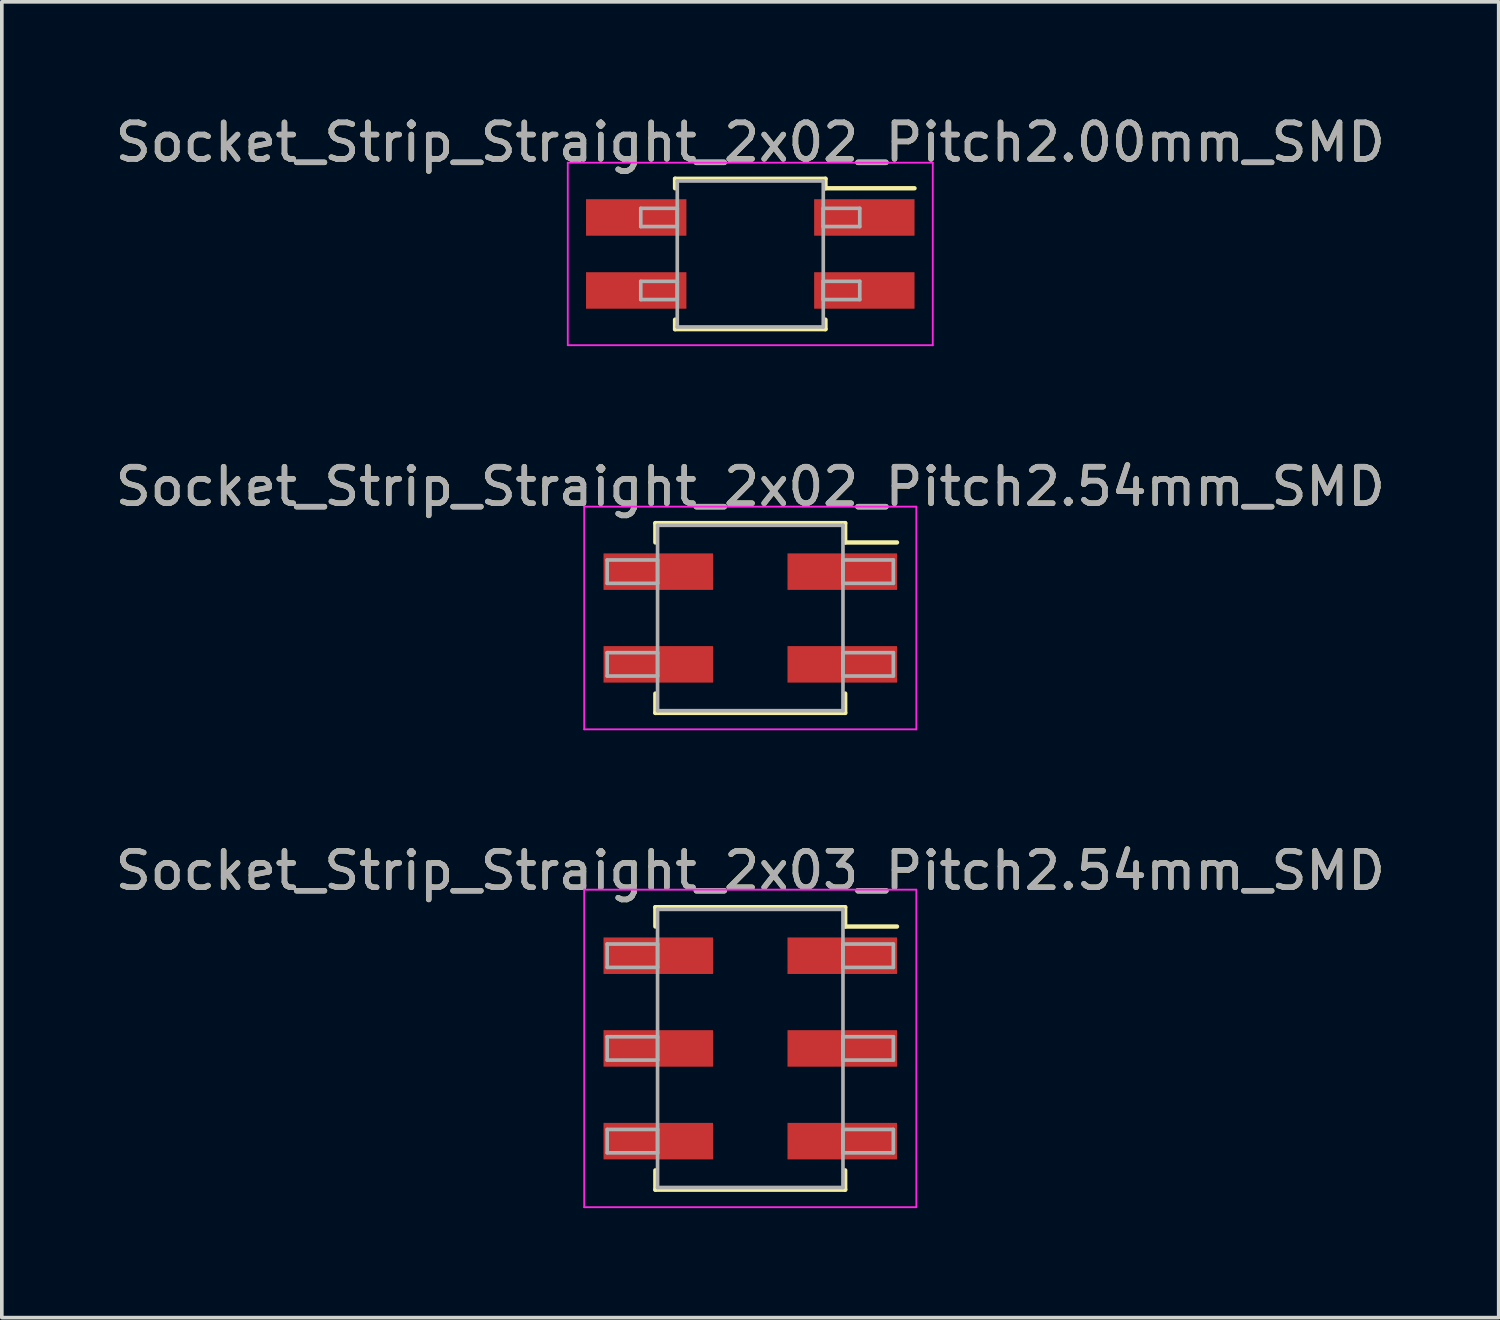
<source format=kicad_pcb>
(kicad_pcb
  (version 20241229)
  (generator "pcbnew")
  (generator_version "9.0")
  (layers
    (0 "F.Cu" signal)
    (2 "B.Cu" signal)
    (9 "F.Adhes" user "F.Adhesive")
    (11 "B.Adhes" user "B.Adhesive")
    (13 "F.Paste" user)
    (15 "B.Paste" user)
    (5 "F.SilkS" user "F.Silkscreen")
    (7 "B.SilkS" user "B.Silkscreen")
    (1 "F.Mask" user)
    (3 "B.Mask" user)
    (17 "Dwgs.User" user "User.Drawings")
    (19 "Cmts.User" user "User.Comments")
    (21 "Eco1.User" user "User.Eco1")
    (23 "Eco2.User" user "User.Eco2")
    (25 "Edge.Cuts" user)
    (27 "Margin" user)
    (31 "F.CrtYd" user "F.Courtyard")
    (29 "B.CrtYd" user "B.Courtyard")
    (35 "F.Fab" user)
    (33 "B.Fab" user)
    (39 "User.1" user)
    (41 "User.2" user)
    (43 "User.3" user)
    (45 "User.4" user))
  (footprint "Socket_Strip_Straight_2x02_Pitch2.00mm_SMD"
    (layer "F.Cu")
    (at 17.506 3.908)
    (property "Reference" "Socket_Strip_Straight_2x02_Pitch2.00mm_SMD" (at 0 -3.06 0) (layer "F.SilkS") (effects (font (size 1 1) (thickness 0.15))))
    (attr smd)
    (fp_line (start -2.06 -2.06) (end 2.06 -2.06) (stroke (width 0.12) (type solid)) (layer "F.SilkS"))
    (fp_line (start -2.06 -1.8) (end -2.06 -2.06) (stroke (width 0.12) (type solid)) (layer "F.SilkS"))
    (fp_line (start -2.06 1.8) (end -2.06 2.06) (stroke (width 0.12) (type solid)) (layer "F.SilkS"))
    (fp_line (start -2.06 2.06) (end 2.06 2.06) (stroke (width 0.12) (type solid)) (layer "F.SilkS"))
    (fp_line (start 2.06 -2.06) (end 2.06 -1.8) (stroke (width 0.12) (type solid)) (layer "F.SilkS"))
    (fp_line (start 2.06 2.06) (end 2.06 1.8) (stroke (width 0.12) (type solid)) (layer "F.SilkS"))
    (fp_line (start 4.5 -1.8) (end 2.06 -1.8) (stroke (width 0.12) (type solid)) (layer "F.SilkS"))
    (fp_line (start -5 -2.5) (end -5 2.5) (stroke (width 0.05) (type solid)) (layer "F.CrtYd"))
    (fp_line (start -5 2.5) (end 5 2.5) (stroke (width 0.05) (type solid)) (layer "F.CrtYd"))
    (fp_line (start 5 -2.5) (end -5 -2.5) (stroke (width 0.05) (type solid)) (layer "F.CrtYd"))
    (fp_line (start 5 2.5) (end 5 -2.5) (stroke (width 0.05) (type solid)) (layer "F.CrtYd"))
    (fp_line (start -3 -1.25) (end -2 -1.25) (stroke (width 0.1) (type solid)) (layer "F.Fab"))
    (fp_line (start -3 -0.75) (end -3 -1.25) (stroke (width 0.1) (type solid)) (layer "F.Fab"))
    (fp_line (start -3 0.75) (end -2 0.75) (stroke (width 0.1) (type solid)) (layer "F.Fab"))
    (fp_line (start -3 1.25) (end -3 0.75) (stroke (width 0.1) (type solid)) (layer "F.Fab"))
    (fp_line (start -2 -2) (end -2 2) (stroke (width 0.1) (type solid)) (layer "F.Fab"))
    (fp_line (start -2 -1.25) (end -2 -0.75) (stroke (width 0.1) (type solid)) (layer "F.Fab"))
    (fp_line (start -2 -0.75) (end -3 -0.75) (stroke (width 0.1) (type solid)) (layer "F.Fab"))
    (fp_line (start -2 0.75) (end -2 1.25) (stroke (width 0.1) (type solid)) (layer "F.Fab"))
    (fp_line (start -2 1.25) (end -3 1.25) (stroke (width 0.1) (type solid)) (layer "F.Fab"))
    (fp_line (start -2 2) (end 2 2) (stroke (width 0.1) (type solid)) (layer "F.Fab"))
    (fp_line (start 2 -2) (end -2 -2) (stroke (width 0.1) (type solid)) (layer "F.Fab"))
    (fp_line (start 2 -1.25) (end 2 -0.75) (stroke (width 0.1) (type solid)) (layer "F.Fab"))
    (fp_line (start 2 -0.75) (end 3 -0.75) (stroke (width 0.1) (type solid)) (layer "F.Fab"))
    (fp_line (start 2 0.75) (end 2 1.25) (stroke (width 0.1) (type solid)) (layer "F.Fab"))
    (fp_line (start 2 1.25) (end 3 1.25) (stroke (width 0.1) (type solid)) (layer "F.Fab"))
    (fp_line (start 2 2) (end 2 -2) (stroke (width 0.1) (type solid)) (layer "F.Fab"))
    (fp_line (start 3 -1.25) (end 2 -1.25) (stroke (width 0.1) (type solid)) (layer "F.Fab"))
    (fp_line (start 3 -0.75) (end 3 -1.25) (stroke (width 0.1) (type solid)) (layer "F.Fab"))
    (fp_line (start 3 0.75) (end 2 0.75) (stroke (width 0.1) (type solid)) (layer "F.Fab"))
    (fp_line (start 3 1.25) (end 3 0.75) (stroke (width 0.1) (type solid)) (layer "F.Fab"))
    (fp_text user "${REFERENCE}" (at 0 -3.06 0) (layer "F.Fab") (effects (font (size 1 1) (thickness 0.15))))
    (pad "1" smd rect (at 3.125 -1) (size 2.75 1) (layers "F.Cu" "F.Mask" "F.Paste"))
    (pad "2" smd rect (at -3.125 -1) (size 2.75 1) (layers "F.Cu" "F.Mask" "F.Paste"))
    (pad "3" smd rect (at 3.125 1) (size 2.75 1) (layers "F.Cu" "F.Mask" "F.Paste"))
    (pad "4" smd rect (at -3.125 1) (size 2.75 1) (layers "F.Cu" "F.Mask" "F.Paste")))
  (footprint "Socket_Strip_Straight_2x02_Pitch2.54mm_SMD"
    (layer "F.Cu")
    (at 17.506 13.882)
    (property "Reference" "Socket_Strip_Straight_2x02_Pitch2.54mm_SMD" (at 0 -3.6 0) (layer "F.SilkS") (effects (font (size 1 1) (thickness 0.15))))
    (attr smd)
    (fp_line (start -2.6 -2.6) (end 2.6 -2.6) (stroke (width 0.12) (type solid)) (layer "F.SilkS"))
    (fp_line (start -2.6 -2.07) (end -2.6 -2.6) (stroke (width 0.12) (type solid)) (layer "F.SilkS"))
    (fp_line (start -2.6 2.07) (end -2.6 2.6) (stroke (width 0.12) (type solid)) (layer "F.SilkS"))
    (fp_line (start -2.6 2.6) (end 2.6 2.6) (stroke (width 0.12) (type solid)) (layer "F.SilkS"))
    (fp_line (start 2.6 -2.6) (end 2.6 -2.07) (stroke (width 0.12) (type solid)) (layer "F.SilkS"))
    (fp_line (start 2.6 2.6) (end 2.6 2.07) (stroke (width 0.12) (type solid)) (layer "F.SilkS"))
    (fp_line (start 4.02 -2.07) (end 2.6 -2.07) (stroke (width 0.12) (type solid)) (layer "F.SilkS"))
    (fp_line (start -4.55 -3.05) (end -4.55 3.05) (stroke (width 0.05) (type solid)) (layer "F.CrtYd"))
    (fp_line (start -4.55 3.05) (end 4.55 3.05) (stroke (width 0.05) (type solid)) (layer "F.CrtYd"))
    (fp_line (start 4.55 -3.05) (end -4.55 -3.05) (stroke (width 0.05) (type solid)) (layer "F.CrtYd"))
    (fp_line (start 4.55 3.05) (end 4.55 -3.05) (stroke (width 0.05) (type solid)) (layer "F.CrtYd"))
    (fp_line (start -3.92 -1.59) (end -2.54 -1.59) (stroke (width 0.1) (type solid)) (layer "F.Fab"))
    (fp_line (start -3.92 -0.95) (end -3.92 -1.59) (stroke (width 0.1) (type solid)) (layer "F.Fab"))
    (fp_line (start -3.92 0.95) (end -2.54 0.95) (stroke (width 0.1) (type solid)) (layer "F.Fab"))
    (fp_line (start -3.92 1.59) (end -3.92 0.95) (stroke (width 0.1) (type solid)) (layer "F.Fab"))
    (fp_line (start -2.54 -2.54) (end -2.54 2.54) (stroke (width 0.1) (type solid)) (layer "F.Fab"))
    (fp_line (start -2.54 -1.59) (end -2.54 -0.95) (stroke (width 0.1) (type solid)) (layer "F.Fab"))
    (fp_line (start -2.54 -0.95) (end -3.92 -0.95) (stroke (width 0.1) (type solid)) (layer "F.Fab"))
    (fp_line (start -2.54 0.95) (end -2.54 1.59) (stroke (width 0.1) (type solid)) (layer "F.Fab"))
    (fp_line (start -2.54 1.59) (end -3.92 1.59) (stroke (width 0.1) (type solid)) (layer "F.Fab"))
    (fp_line (start -2.54 2.54) (end 2.54 2.54) (stroke (width 0.1) (type solid)) (layer "F.Fab"))
    (fp_line (start 2.54 -2.54) (end -2.54 -2.54) (stroke (width 0.1) (type solid)) (layer "F.Fab"))
    (fp_line (start 2.54 -1.59) (end 2.54 -0.95) (stroke (width 0.1) (type solid)) (layer "F.Fab"))
    (fp_line (start 2.54 -0.95) (end 3.92 -0.95) (stroke (width 0.1) (type solid)) (layer "F.Fab"))
    (fp_line (start 2.54 0.95) (end 2.54 1.59) (stroke (width 0.1) (type solid)) (layer "F.Fab"))
    (fp_line (start 2.54 1.59) (end 3.92 1.59) (stroke (width 0.1) (type solid)) (layer "F.Fab"))
    (fp_line (start 2.54 2.54) (end 2.54 -2.54) (stroke (width 0.1) (type solid)) (layer "F.Fab"))
    (fp_line (start 3.92 -1.59) (end 2.54 -1.59) (stroke (width 0.1) (type solid)) (layer "F.Fab"))
    (fp_line (start 3.92 -0.95) (end 3.92 -1.59) (stroke (width 0.1) (type solid)) (layer "F.Fab"))
    (fp_line (start 3.92 0.95) (end 2.54 0.95) (stroke (width 0.1) (type solid)) (layer "F.Fab"))
    (fp_line (start 3.92 1.59) (end 3.92 0.95) (stroke (width 0.1) (type solid)) (layer "F.Fab"))
    (fp_text user "${REFERENCE}" (at 0 -3.6 0) (layer "F.Fab") (effects (font (size 1 1) (thickness 0.15))))
    (pad "1" smd rect (at 2.52 -1.27) (size 3 1) (layers "F.Cu" "F.Mask" "F.Paste"))
    (pad "2" smd rect (at -2.52 -1.27) (size 3 1) (layers "F.Cu" "F.Mask" "F.Paste"))
    (pad "3" smd rect (at 2.52 1.27) (size 3 1) (layers "F.Cu" "F.Mask" "F.Paste"))
    (pad "4" smd rect (at -2.52 1.27) (size 3 1) (layers "F.Cu" "F.Mask" "F.Paste")))
  (footprint "Socket_Strip_Straight_2x03_Pitch2.54mm_SMD"
    (layer "F.Cu")
    (at 17.506 25.675)
    (property "Reference" "Socket_Strip_Straight_2x03_Pitch2.54mm_SMD" (at 0 -4.87 0) (layer "F.SilkS") (effects (font (size 1 1) (thickness 0.15))))
    (attr smd)
    (fp_line (start -2.6 -3.87) (end 2.6 -3.87) (stroke (width 0.12) (type solid)) (layer "F.SilkS"))
    (fp_line (start -2.6 -3.34) (end -2.6 -3.87) (stroke (width 0.12) (type solid)) (layer "F.SilkS"))
    (fp_line (start -2.6 3.34) (end -2.6 3.87) (stroke (width 0.12) (type solid)) (layer "F.SilkS"))
    (fp_line (start -2.6 3.87) (end 2.6 3.87) (stroke (width 0.12) (type solid)) (layer "F.SilkS"))
    (fp_line (start 2.6 -3.87) (end 2.6 -3.34) (stroke (width 0.12) (type solid)) (layer "F.SilkS"))
    (fp_line (start 2.6 3.87) (end 2.6 3.34) (stroke (width 0.12) (type solid)) (layer "F.SilkS"))
    (fp_line (start 4.02 -3.34) (end 2.6 -3.34) (stroke (width 0.12) (type solid)) (layer "F.SilkS"))
    (fp_line (start -4.55 -4.35) (end -4.55 4.35) (stroke (width 0.05) (type solid)) (layer "F.CrtYd"))
    (fp_line (start -4.55 4.35) (end 4.55 4.35) (stroke (width 0.05) (type solid)) (layer "F.CrtYd"))
    (fp_line (start 4.55 -4.35) (end -4.55 -4.35) (stroke (width 0.05) (type solid)) (layer "F.CrtYd"))
    (fp_line (start 4.55 4.35) (end 4.55 -4.35) (stroke (width 0.05) (type solid)) (layer "F.CrtYd"))
    (fp_line (start -3.92 -2.86) (end -2.54 -2.86) (stroke (width 0.1) (type solid)) (layer "F.Fab"))
    (fp_line (start -3.92 -2.22) (end -3.92 -2.86) (stroke (width 0.1) (type solid)) (layer "F.Fab"))
    (fp_line (start -3.92 -0.32) (end -2.54 -0.32) (stroke (width 0.1) (type solid)) (layer "F.Fab"))
    (fp_line (start -3.92 0.32) (end -3.92 -0.32) (stroke (width 0.1) (type solid)) (layer "F.Fab"))
    (fp_line (start -3.92 2.22) (end -2.54 2.22) (stroke (width 0.1) (type solid)) (layer "F.Fab"))
    (fp_line (start -3.92 2.86) (end -3.92 2.22) (stroke (width 0.1) (type solid)) (layer "F.Fab"))
    (fp_line (start -2.54 -3.81) (end -2.54 3.81) (stroke (width 0.1) (type solid)) (layer "F.Fab"))
    (fp_line (start -2.54 -2.86) (end -2.54 -2.22) (stroke (width 0.1) (type solid)) (layer "F.Fab"))
    (fp_line (start -2.54 -2.22) (end -3.92 -2.22) (stroke (width 0.1) (type solid)) (layer "F.Fab"))
    (fp_line (start -2.54 -0.32) (end -2.54 0.32) (stroke (width 0.1) (type solid)) (layer "F.Fab"))
    (fp_line (start -2.54 0.32) (end -3.92 0.32) (stroke (width 0.1) (type solid)) (layer "F.Fab"))
    (fp_line (start -2.54 2.22) (end -2.54 2.86) (stroke (width 0.1) (type solid)) (layer "F.Fab"))
    (fp_line (start -2.54 2.86) (end -3.92 2.86) (stroke (width 0.1) (type solid)) (layer "F.Fab"))
    (fp_line (start -2.54 3.81) (end 2.54 3.81) (stroke (width 0.1) (type solid)) (layer "F.Fab"))
    (fp_line (start 2.54 -3.81) (end -2.54 -3.81) (stroke (width 0.1) (type solid)) (layer "F.Fab"))
    (fp_line (start 2.54 -2.86) (end 2.54 -2.22) (stroke (width 0.1) (type solid)) (layer "F.Fab"))
    (fp_line (start 2.54 -2.22) (end 3.92 -2.22) (stroke (width 0.1) (type solid)) (layer "F.Fab"))
    (fp_line (start 2.54 -0.32) (end 2.54 0.32) (stroke (width 0.1) (type solid)) (layer "F.Fab"))
    (fp_line (start 2.54 0.32) (end 3.92 0.32) (stroke (width 0.1) (type solid)) (layer "F.Fab"))
    (fp_line (start 2.54 2.22) (end 2.54 2.86) (stroke (width 0.1) (type solid)) (layer "F.Fab"))
    (fp_line (start 2.54 2.86) (end 3.92 2.86) (stroke (width 0.1) (type solid)) (layer "F.Fab"))
    (fp_line (start 2.54 3.81) (end 2.54 -3.81) (stroke (width 0.1) (type solid)) (layer "F.Fab"))
    (fp_line (start 3.92 -2.86) (end 2.54 -2.86) (stroke (width 0.1) (type solid)) (layer "F.Fab"))
    (fp_line (start 3.92 -2.22) (end 3.92 -2.86) (stroke (width 0.1) (type solid)) (layer "F.Fab"))
    (fp_line (start 3.92 -0.32) (end 2.54 -0.32) (stroke (width 0.1) (type solid)) (layer "F.Fab"))
    (fp_line (start 3.92 0.32) (end 3.92 -0.32) (stroke (width 0.1) (type solid)) (layer "F.Fab"))
    (fp_line (start 3.92 2.22) (end 2.54 2.22) (stroke (width 0.1) (type solid)) (layer "F.Fab"))
    (fp_line (start 3.92 2.86) (end 3.92 2.22) (stroke (width 0.1) (type solid)) (layer "F.Fab"))
    (fp_text user "${REFERENCE}" (at 0 -4.87 0) (layer "F.Fab") (effects (font (size 1 1) (thickness 0.15))))
    (pad "1" smd rect (at 2.52 -2.54) (size 3 1) (layers "F.Cu" "F.Mask" "F.Paste"))
    (pad "2" smd rect (at -2.52 -2.54) (size 3 1) (layers "F.Cu" "F.Mask" "F.Paste"))
    (pad "3" smd rect (at 2.52 0) (size 3 1) (layers "F.Cu" "F.Mask" "F.Paste"))
    (pad "4" smd rect (at -2.52 0) (size 3 1) (layers "F.Cu" "F.Mask" "F.Paste"))
    (pad "5" smd rect (at 2.52 2.54) (size 3 1) (layers "F.Cu" "F.Mask" "F.Paste"))
    (pad "6" smd rect (at -2.52 2.54) (size 3 1) (layers "F.Cu" "F.Mask" "F.Paste")))
  (gr_rect
    (start -3 -3)
    (end 38.012 33.05)
    (stroke (width 0.1) (type default))
    (fill no)
    (layer "Edge.Cuts")))
</source>
